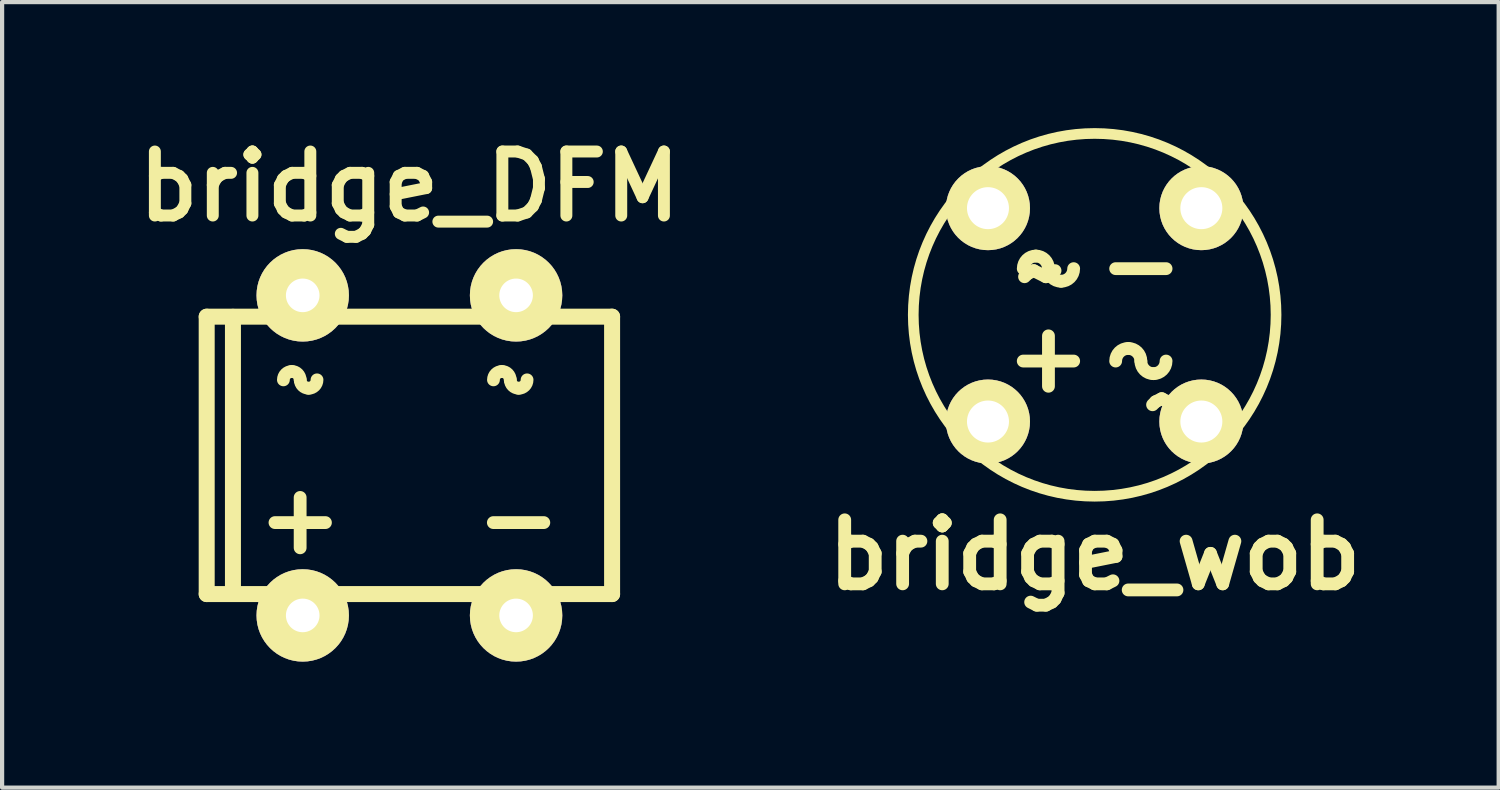
<source format=kicad_pcb>
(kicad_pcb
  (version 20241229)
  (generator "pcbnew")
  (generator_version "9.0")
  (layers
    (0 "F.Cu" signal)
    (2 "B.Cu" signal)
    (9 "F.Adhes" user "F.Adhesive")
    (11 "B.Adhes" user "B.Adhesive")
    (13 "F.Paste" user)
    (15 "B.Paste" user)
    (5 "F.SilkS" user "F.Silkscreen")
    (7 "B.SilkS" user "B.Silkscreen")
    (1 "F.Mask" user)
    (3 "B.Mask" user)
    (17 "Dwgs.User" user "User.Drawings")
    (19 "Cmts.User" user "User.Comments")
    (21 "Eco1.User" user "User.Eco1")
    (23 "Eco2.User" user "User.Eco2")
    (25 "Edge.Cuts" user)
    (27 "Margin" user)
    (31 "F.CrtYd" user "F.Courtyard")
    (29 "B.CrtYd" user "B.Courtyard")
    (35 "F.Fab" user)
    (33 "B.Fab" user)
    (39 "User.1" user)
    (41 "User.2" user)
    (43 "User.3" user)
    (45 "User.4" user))
  (footprint "bridge_wob"
    (layer "F.Cu")
    (at 23.012 4.446)
    (property "Reference" "bridge_wob" (at 0 5.715 0) (layer "F.SilkS") (effects (font (size 1.524 1.524) (thickness 0.305))))
    (attr through_hole)
    (fp_line (start -1.1 0.5) (end -1.1 1.7) (stroke (width 0.305) (type solid)) (layer "F.SilkS"))
    (fp_line (start -0.5 1.1) (end -1.7 1.1) (stroke (width 0.305) (type solid)) (layer "F.SilkS"))
    (fp_line (start 1.7 -1.1) (end 0.5 -1.1) (stroke (width 0.305) (type solid)) (layer "F.SilkS"))
    (fp_arc (start -1.7 -1.1) (mid -1.612132 -1.312132) (end -1.4 -1.4) (stroke (width 0.3048) (type solid)) (layer "F.SilkS"))
    (fp_arc (start -1.4 -1.4) (mid -1.187868 -1.312132) (end -1.1 -1.1) (stroke (width 0.3048) (type solid)) (layer "F.SilkS"))
    (fp_arc (start -0.8 -0.8) (mid -1.012132 -0.887868) (end -1.1 -1.1) (stroke (width 0.3048) (type solid)) (layer "F.SilkS"))
    (fp_arc (start -0.5 -1.1) (mid -0.587868 -0.887868) (end -0.8 -0.8) (stroke (width 0.3048) (type solid)) (layer "F.SilkS"))
    (fp_arc (start 0.5 1.1) (mid 0.587868 0.887868) (end 0.8 0.8) (stroke (width 0.3048) (type solid)) (layer "F.SilkS"))
    (fp_arc (start 0.8 0.8) (mid 1.012132 0.887868) (end 1.1 1.1) (stroke (width 0.3048) (type solid)) (layer "F.SilkS"))
    (fp_arc (start 1.4 1.4) (mid 1.187868 1.312132) (end 1.1 1.1) (stroke (width 0.3048) (type solid)) (layer "F.SilkS"))
    (fp_arc (start 1.7 1.1) (mid 1.612132 1.312132) (end 1.4 1.4) (stroke (width 0.3048) (type solid)) (layer "F.SilkS"))
    (fp_circle (center 0 0) (end -4.318 -0.076) (stroke (width 0.254) (type solid)) (fill no) (layer "F.SilkS"))
    (fp_text user "~" (at 1.778 2.032 0) (layer "F.SilkS") (effects (font (size 1.524 1.524) (thickness 0.305))))
    (fp_text user "~" (at -1.27 -1.016 0) (layer "F.SilkS") (effects (font (size 1.524 1.524) (thickness 0.305))))
    (pad "1" thru_hole circle (at -2.54 2.54) (size 2 2) (drill 1) (layers "*.Cu" "*.Mask" "F.SilkS"))
    (pad "2" thru_hole circle (at 2.54 2.54) (size 2 2) (drill 1) (layers "*.Cu" "*.Mask" "F.SilkS"))
    (pad "3" thru_hole circle (at -2.54 -2.54) (size 2 2) (drill 1) (layers "*.Cu" "*.Mask" "F.SilkS"))
    (pad "4" thru_hole circle (at 2.54 -2.54) (size 2 2) (drill 1) (layers "*.Cu" "*.Mask" "F.SilkS")))
  (footprint "bridge_DFM"
    (layer "F.Cu")
    (at 6.697 7.792)
    (property "Reference" "bridge_DFM" (at 0 -6.401 0) (layer "F.SilkS") (effects (font (size 1.524 1.524) (thickness 0.284))))
    (attr through_hole)
    (fp_line (start -4.826 -3.302) (end 4.826 -3.302) (stroke (width 0.381) (type solid)) (layer "F.SilkS"))
    (fp_line (start -4.826 3.302) (end -4.826 -3.302) (stroke (width 0.381) (type solid)) (layer "F.SilkS"))
    (fp_line (start -4.201 -3.299) (end -4.201 3.299) (stroke (width 0.381) (type solid)) (layer "F.SilkS"))
    (fp_line (start -2.601 2.2) (end -2.601 1.001) (stroke (width 0.305) (type solid)) (layer "F.SilkS"))
    (fp_line (start -1.999 1.6) (end -3.2 1.6) (stroke (width 0.305) (type solid)) (layer "F.SilkS"))
    (fp_line (start 1.999 1.6) (end 3.2 1.6) (stroke (width 0.305) (type solid)) (layer "F.SilkS"))
    (fp_line (start 4.826 -3.302) (end 4.826 3.302) (stroke (width 0.381) (type solid)) (layer "F.SilkS"))
    (fp_line (start 4.826 3.302) (end -4.826 3.302) (stroke (width 0.381) (type solid)) (layer "F.SilkS"))
    (fp_arc (start -2.99974 -1.79832) (mid -2.941712 -1.938412) (end -2.80162 -1.99644) (stroke (width 0.3048) (type solid)) (layer "F.SilkS"))
    (fp_arc (start -2.80162 -1.99898) (mid -2.659732 -1.940208) (end -2.60096 -1.79832) (stroke (width 0.3048) (type solid)) (layer "F.SilkS"))
    (fp_arc (start -2.4003 -1.6002) (mid -2.540392 -1.658228) (end -2.59842 -1.79832) (stroke (width 0.3048) (type solid)) (layer "F.SilkS"))
    (fp_arc (start -2.19964 -1.79832) (mid -2.258412 -1.656432) (end -2.4003 -1.59766) (stroke (width 0.3048) (type solid)) (layer "F.SilkS"))
    (fp_arc (start 2.00152 -1.79832) (mid 2.059548 -1.938412) (end 2.19964 -1.99644) (stroke (width 0.3048) (type solid)) (layer "F.SilkS"))
    (fp_arc (start 2.19964 -1.99898) (mid 2.341528 -1.940208) (end 2.4003 -1.79832) (stroke (width 0.3048) (type solid)) (layer "F.SilkS"))
    (fp_arc (start 2.60096 -1.6002) (mid 2.460868 -1.658228) (end 2.40284 -1.79832) (stroke (width 0.3048) (type solid)) (layer "F.SilkS"))
    (fp_arc (start 2.80162 -1.79832) (mid 2.742848 -1.656432) (end 2.60096 -1.59766) (stroke (width 0.3048) (type solid)) (layer "F.SilkS"))
    (pad "1" thru_hole circle (at -2.54 3.81) (size 2.2 2.2) (drill 0.8) (layers "*.Cu" "*.Mask" "F.SilkS"))
    (pad "2" thru_hole circle (at -2.54 -3.81) (size 2.2 2.2) (drill 0.8) (layers "*.Cu" "*.Mask" "F.SilkS"))
    (pad "3" thru_hole circle (at 2.54 -3.81) (size 2.2 2.2) (drill 0.8) (layers "*.Cu" "*.Mask" "F.SilkS"))
    (pad "4" thru_hole circle (at 2.54 3.81) (size 2.2 2.2) (drill 0.8) (layers "*.Cu" "*.Mask" "F.SilkS")))
  (gr_rect
    (start -3 -3)
    (end 32.631 15.702)
    (stroke (width 0.1) (type default))
    (fill no)
    (layer "Edge.Cuts")))
</source>
